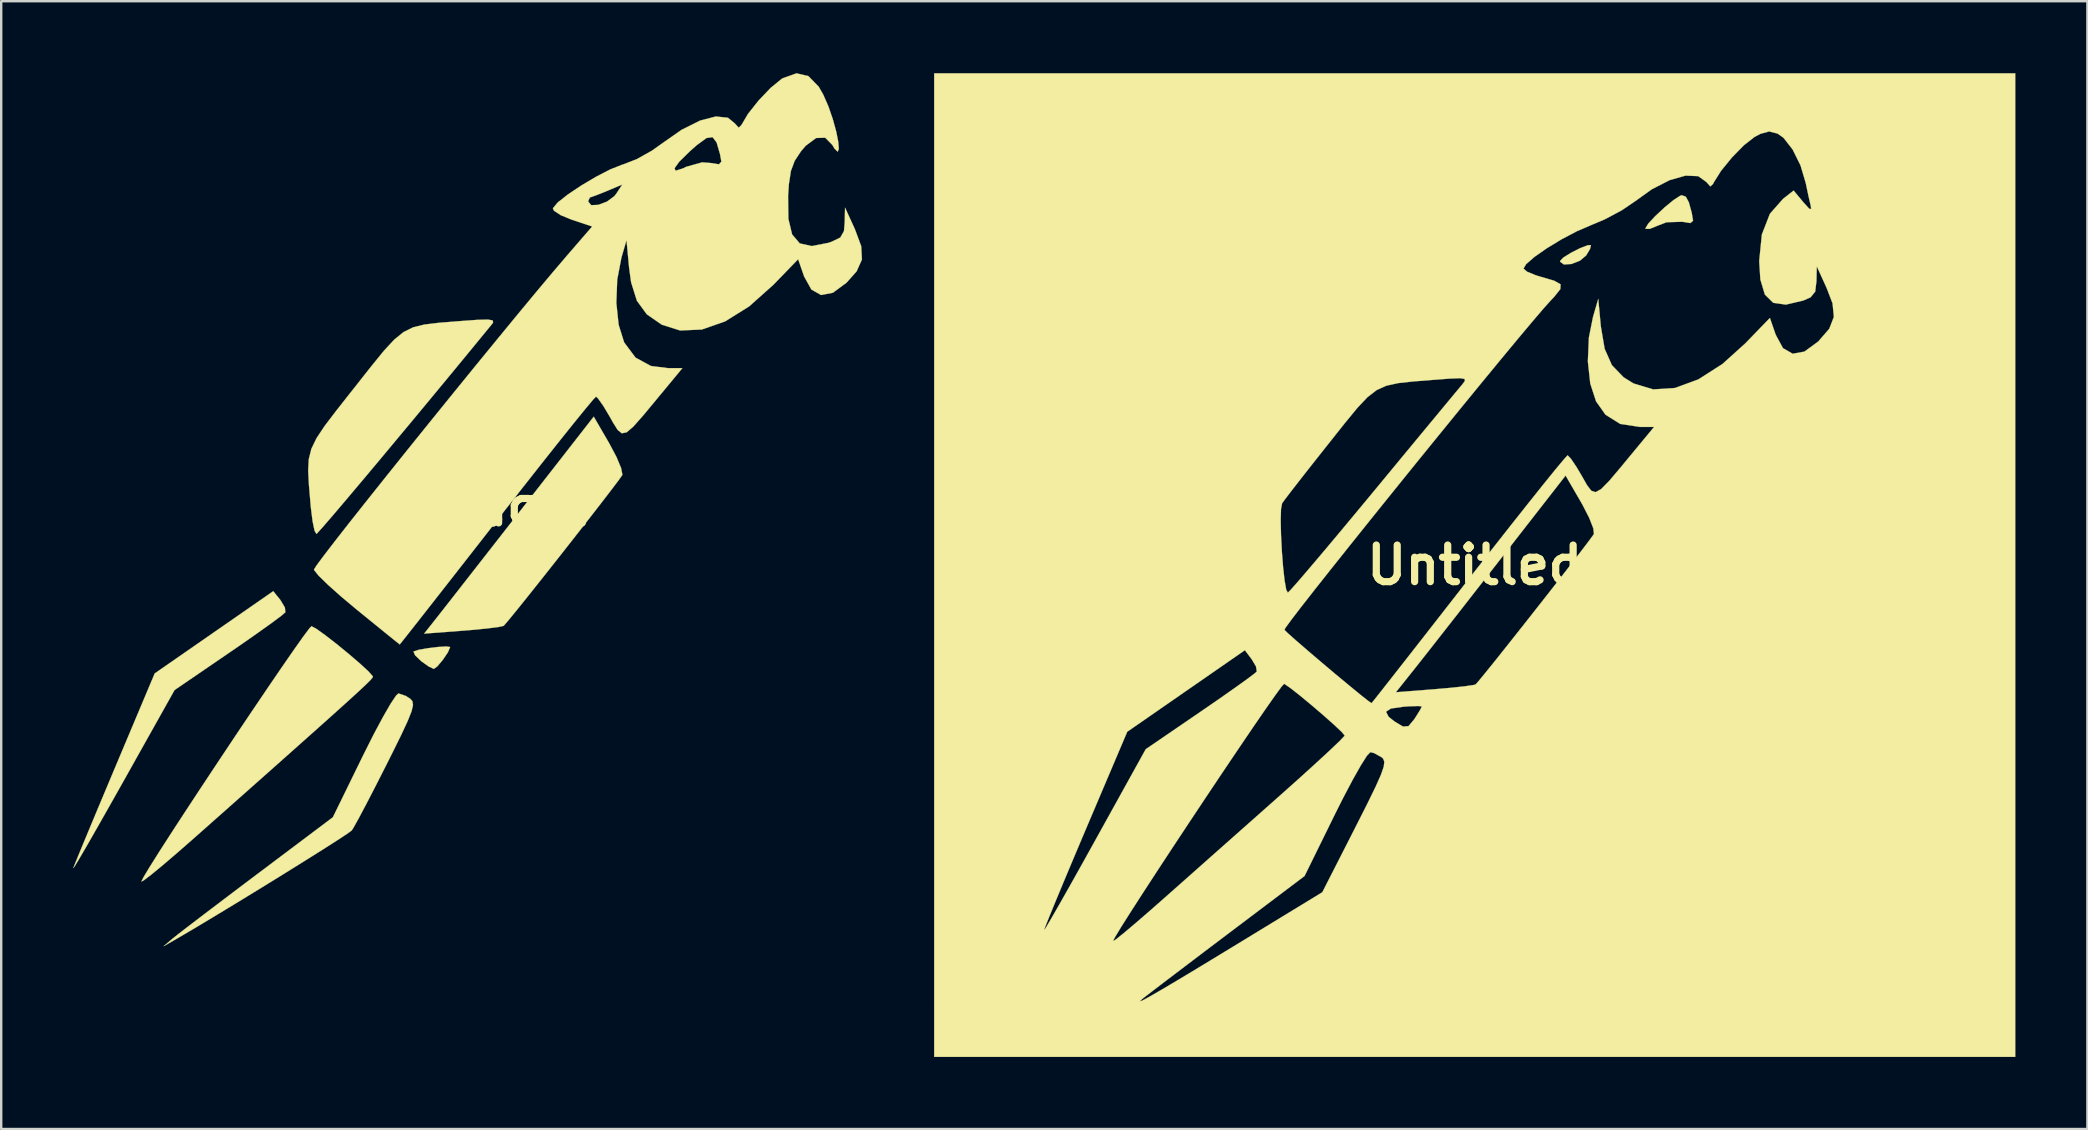
<source format=kicad_pcb>
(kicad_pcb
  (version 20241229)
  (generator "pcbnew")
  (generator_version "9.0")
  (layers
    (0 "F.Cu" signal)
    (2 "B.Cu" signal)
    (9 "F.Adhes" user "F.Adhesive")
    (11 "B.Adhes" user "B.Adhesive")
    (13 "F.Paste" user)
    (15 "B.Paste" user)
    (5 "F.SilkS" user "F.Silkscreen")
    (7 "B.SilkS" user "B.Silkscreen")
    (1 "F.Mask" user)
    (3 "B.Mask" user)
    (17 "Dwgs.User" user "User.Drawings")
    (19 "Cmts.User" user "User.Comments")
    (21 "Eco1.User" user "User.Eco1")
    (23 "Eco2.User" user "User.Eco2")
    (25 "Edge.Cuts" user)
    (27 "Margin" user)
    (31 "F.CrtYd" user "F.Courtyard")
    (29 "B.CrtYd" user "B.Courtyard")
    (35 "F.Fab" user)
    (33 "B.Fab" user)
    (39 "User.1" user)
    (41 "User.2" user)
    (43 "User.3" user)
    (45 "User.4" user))
  (footprint "Untitled"
    (layer "F.Cu")
    (at 58.393 20.494)
    (property "Reference" "Untitled" (at 0 0 0) (layer "F.SilkS") (effects (font (size 1.524 1.524) (thickness 0.3))))
    (attr through_hole)
    (fp_poly (pts (xy 4.803 -13.168) (xy 4.643 -12.901) (xy 4.381 -12.681) (xy 4.032 -12.546) (xy 3.717 -12.524) (xy 3.559 -12.64) (xy 3.556 -12.669) (xy 3.69 -12.812) (xy 4.01 -13.011) (xy 4.392 -13.205) (xy 4.713 -13.327) (xy 4.843 -13.332) (xy 4.803 -13.168)) (stroke (width 0.01) (type solid)) (fill yes) (layer "F.SilkS"))
    (fp_poly (pts (xy 8.794 -15.35) (xy 8.921 -15.117) (xy 9.043 -14.675) (xy 9.098 -14.345) (xy 8.983 -14.25) (xy 8.655 -14.304) (xy 7.996 -14.285) (xy 7.632 -14.146) (xy 7.29 -14.007) (xy 7.117 -14.012) (xy 7.112 -14.031) (xy 7.231 -14.228) (xy 7.528 -14.546) (xy 7.911 -14.902) (xy 8.287 -15.212) (xy 8.566 -15.392) (xy 8.626 -15.409) (xy 8.794 -15.35)) (stroke (width 0.01) (type solid)) (fill yes) (layer "F.SilkS"))
    (fp_poly (pts (xy 22.521 20.489) (xy -22.521 20.489) (xy -22.521 18.175) (xy -13.954 18.175) (xy -13.864 18.15) (xy -13.57 17.993) (xy -13.056 17.697) (xy -12.305 17.252) (xy -11.303 16.648) (xy -10.034 15.877) (xy -9.683 15.663) (xy -6.35 13.631) (xy -4.972 10.927) (xy -4.48 9.954) (xy -4.13 9.237) (xy -3.906 8.733) (xy -3.79 8.398) (xy -3.766 8.188) (xy -3.819 8.06) (xy -3.872 8.011) (xy -4.194 7.832) (xy -4.349 7.795) (xy -4.487 7.938) (xy -4.741 8.337) (xy -5.083 8.942) (xy -5.485 9.705) (xy -5.82 10.372) (xy -7.09 12.954) (xy -10.332 15.4) (xy -11.256 16.098) (xy -12.101 16.739) (xy -12.826 17.289) (xy -13.39 17.719) (xy -13.751 17.997) (xy -13.856 18.079) (xy -13.954 18.175) (xy -22.521 18.175) (xy -22.521 15.669) (xy -15.071 15.669) (xy -14.951 15.597) (xy -14.621 15.332) (xy -14.12 14.909) (xy -13.489 14.363) (xy -12.911 13.854) (xy -12.06 13.1) (xy -11.047 12.201) (xy -9.96 11.238) (xy -8.89 10.29) (xy -8.085 9.576) (xy -7.292 8.868) (xy -6.593 8.234) (xy -6.025 7.709) (xy -5.625 7.327) (xy -5.431 7.122) (xy -5.419 7.1) (xy -5.539 6.955) (xy -5.855 6.657) (xy -6.295 6.266) (xy -6.476 6.111) (xy -3.696 6.111) (xy -3.587 6.32) (xy -3.349 6.51) (xy -2.988 6.728) (xy -2.757 6.709) (xy -2.523 6.429) (xy -2.475 6.356) (xy -2.28 6.044) (xy -2.201 5.889) (xy -2.352 5.872) (xy -2.734 5.884) (xy -2.963 5.9) (xy -3.492 5.977) (xy -3.696 6.111) (xy -6.476 6.111) (xy -6.791 5.841) (xy -7.273 5.442) (xy -7.672 5.128) (xy -7.917 4.959) (xy -7.942 4.947) (xy -8.055 5.074) (xy -8.328 5.447) (xy -8.736 6.029) (xy -9.254 6.783) (xy -9.856 7.671) (xy -10.519 8.655) (xy -11.216 9.698) (xy -11.924 10.763) (xy -12.617 11.812) (xy -13.271 12.808) (xy -13.859 13.712) (xy -14.359 14.488) (xy -14.744 15.098) (xy -14.989 15.505) (xy -15.071 15.669) (xy -22.521 15.669) (xy -22.521 15.222) (xy -17.948 15.222) (xy -17.869 15.108) (xy -17.649 14.736) (xy -17.308 14.142) (xy -16.868 13.365) (xy -16.351 12.442) (xy -15.826 11.497) (xy -13.706 7.67) (xy -11.432 6.116) (xy -10.661 5.585) (xy -9.993 5.116) (xy -9.475 4.745) (xy -9.157 4.504) (xy -9.079 4.435) (xy -9.113 4.223) (xy -9.289 3.927) (xy -9.576 3.546) (xy -12.027 5.245) (xy -14.478 6.944) (xy -16.214 11.031) (xy -16.678 12.129) (xy -17.096 13.124) (xy -17.449 13.973) (xy -17.72 14.633) (xy -17.892 15.064) (xy -17.948 15.222) (xy -22.521 15.222) (xy -22.521 2.695) (xy -7.929 2.695) (xy -7.794 2.831) (xy -7.456 3.132) (xy -6.973 3.55) (xy -6.403 4.036) (xy -5.805 4.54) (xy -5.236 5.012) (xy -4.757 5.405) (xy -4.424 5.668) (xy -4.299 5.753) (xy -4.195 5.625) (xy -3.936 5.298) (xy -3.285 5.298) (xy -1.685 5.173) (xy -0.979 5.111) (xy -0.405 5.049) (xy -0.043 4.995) (xy 0.036 4.973) (xy 0.167 4.826) (xy 0.47 4.457) (xy 0.909 3.912) (xy 1.445 3.238) (xy 2.045 2.48) (xy 2.671 1.685) (xy 3.288 0.898) (xy 3.858 0.165) (xy 4.347 -0.467) (xy 4.717 -0.953) (xy 4.933 -1.246) (xy 4.967 -1.298) (xy 4.942 -1.529) (xy 4.773 -1.962) (xy 4.493 -2.509) (xy 4.434 -2.613) (xy 3.786 -3.73) (xy 0.979 -0.129) (xy 0.19 0.881) (xy -0.569 1.854) (xy -1.264 2.741) (xy -1.855 3.495) (xy -2.308 4.07) (xy -2.557 4.385) (xy -3.285 5.298) (xy -3.936 5.298) (xy -3.905 5.259) (xy -3.452 4.682) (xy -2.859 3.925) (xy -2.148 3.016) (xy -1.341 1.982) (xy -0.462 0.855) (xy -0.258 0.593) (xy 0.637 -0.554) (xy 1.469 -1.612) (xy 2.214 -2.552) (xy 2.848 -3.347) (xy 3.35 -3.967) (xy 3.696 -4.382) (xy 3.862 -4.566) (xy 3.872 -4.572) (xy 4.006 -4.436) (xy 4.242 -4.086) (xy 4.46 -3.717) (xy 4.679 -3.331) (xy 4.855 -3.099) (xy 5.037 -3.038) (xy 5.27 -3.169) (xy 5.603 -3.508) (xy 6.084 -4.076) (xy 6.428 -4.493) (xy 7.474 -5.757) (xy 6.878 -5.757) (xy 6.062 -5.881) (xy 5.449 -6.265) (xy 5.054 -6.825) (xy 4.814 -7.564) (xy 4.714 -8.49) (xy 4.757 -9.48) (xy 4.926 -10.329) (xy 5.147 -11.091) (xy 5.255 -9.942) (xy 5.413 -9.011) (xy 5.716 -8.329) (xy 6.204 -7.824) (xy 6.616 -7.568) (xy 7.437 -7.32) (xy 8.348 -7.38) (xy 9.32 -7.738) (xy 10.326 -8.383) (xy 11.272 -9.236) (xy 12.298 -10.296) (xy 12.542 -9.593) (xy 12.843 -9.039) (xy 13.246 -8.806) (xy 13.738 -8.895) (xy 14.305 -9.31) (xy 14.316 -9.32) (xy 14.772 -9.846) (xy 14.964 -10.341) (xy 14.909 -10.904) (xy 14.662 -11.548) (xy 14.252 -12.446) (xy 14.238 -11.828) (xy 14.186 -11.392) (xy 13.993 -11.156) (xy 13.691 -11.023) (xy 12.964 -10.852) (xy 12.437 -10.928) (xy 12.089 -11.271) (xy 11.901 -11.896) (xy 11.853 -12.67) (xy 11.964 -13.776) (xy 12.3 -14.639) (xy 12.846 -15.258) (xy 13.287 -15.605) (xy 13.685 -15.126) (xy 13.934 -14.85) (xy 14.02 -14.835) (xy 13.997 -14.986) (xy 13.904 -15.387) (xy 13.797 -15.894) (xy 13.793 -15.917) (xy 13.573 -16.655) (xy 13.245 -17.316) (xy 12.866 -17.802) (xy 12.62 -17.978) (xy 12.267 -18.068) (xy 11.893 -17.964) (xy 11.655 -17.836) (xy 11.218 -17.495) (xy 10.719 -16.986) (xy 10.263 -16.427) (xy 9.957 -15.939) (xy 9.933 -15.884) (xy 9.817 -15.777) (xy 9.653 -15.96) (xy 9.313 -16.205) (xy 8.784 -16.227) (xy 8.121 -16.039) (xy 7.375 -15.656) (xy 6.678 -15.156) (xy 6.123 -14.78) (xy 5.417 -14.405) (xy 4.862 -14.171) (xy 4.267 -13.915) (xy 3.625 -13.578) (xy 3.008 -13.204) (xy 2.489 -12.841) (xy 2.14 -12.536) (xy 2.032 -12.353) (xy 2.18 -12.224) (xy 2.552 -12.072) (xy 2.752 -12.012) (xy 3.315 -11.847) (xy 3.578 -11.697) (xy 3.567 -11.497) (xy 3.312 -11.179) (xy 3.171 -11.03) (xy 2.874 -10.699) (xy 2.412 -10.159) (xy 1.809 -9.44) (xy 1.089 -8.572) (xy 0.277 -7.585) (xy -0.605 -6.508) (xy -1.53 -5.372) (xy -2.477 -4.206) (xy -3.419 -3.04) (xy -4.333 -1.905) (xy -5.195 -0.829) (xy -5.981 0.157) (xy -6.667 1.023) (xy -7.227 1.739) (xy -7.639 2.276) (xy -7.878 2.604) (xy -7.929 2.695) (xy -22.521 2.695) (xy -22.521 -1.861) (xy -8.084 -1.861) (xy -8.07 -1.248) (xy -8.035 -0.572) (xy -7.984 0.087) (xy -7.921 0.647) (xy -7.853 1.028) (xy -7.786 1.15) (xy -7.65 1.012) (xy -7.326 0.644) (xy -6.84 0.077) (xy -6.22 -0.656) (xy -5.492 -1.525) (xy -4.683 -2.498) (xy -4.227 -3.048) (xy -3.377 -4.077) (xy -2.586 -5.034) (xy -1.883 -5.883) (xy -1.296 -6.591) (xy -0.855 -7.123) (xy -0.587 -7.445) (xy -0.527 -7.516) (xy -0.411 -7.669) (xy -0.422 -7.756) (xy -0.614 -7.786) (xy -1.04 -7.77) (xy -1.693 -7.72) (xy -2.544 -7.653) (xy -3.185 -7.583) (xy -3.679 -7.475) (xy -4.087 -7.291) (xy -4.471 -6.994) (xy -4.892 -6.547) (xy -5.412 -5.914) (xy -6.054 -5.105) (xy -6.663 -4.337) (xy -7.203 -3.65) (xy -7.635 -3.094) (xy -7.924 -2.716) (xy -8.026 -2.573) (xy -8.071 -2.33) (xy -8.084 -1.861) (xy -22.521 -1.861) (xy -22.521 -20.489) (xy 22.521 -20.489) (xy 22.521 20.489)) (stroke (width 0.01) (type solid)) (fill yes) (layer "F.SilkS")))
  (footprint "cougar"
    (layer "F.Cu")
    (at 17.906 18.046)
    (property "Reference" "cougar" (at 0 0 0) (layer "F.SilkS") (effects (font (size 1.524 1.524) (thickness 0.3))))
    (attr through_hole)
    (fp_poly (pts (xy -2.202 5.862) (xy -2.201 5.864) (xy -2.294 6.082) (xy -2.505 6.395) (xy -2.736 6.669) (xy -2.879 6.773) (xy -3.092 6.676) (xy -3.41 6.449) (xy -3.665 6.202) (xy -3.728 6.051) (xy -3.725 6.049) (xy -3.524 5.981) (xy -3.144 5.913) (xy -2.712 5.86) (xy -2.356 5.838) (xy -2.202 5.862)) (stroke (width 0.01) (type solid)) (fill yes) (layer "F.SilkS"))
    (fp_poly (pts (xy -9.274 3.902) (xy -9.086 4.216) (xy -9.067 4.415) (xy -9.231 4.556) (xy -9.627 4.851) (xy -10.205 5.264) (xy -10.915 5.761) (xy -11.421 6.108) (xy -13.684 7.655) (xy -15.834 11.49) (xy -16.405 12.503) (xy -16.913 13.398) (xy -17.336 14.137) (xy -17.656 14.685) (xy -17.851 15.007) (xy -17.901 15.071) (xy -17.815 14.85) (xy -17.615 14.362) (xy -17.321 13.653) (xy -16.952 12.768) (xy -16.526 11.752) (xy -16.164 10.89) (xy -14.51 6.962) (xy -9.571 3.535) (xy -9.274 3.902)) (stroke (width 0.01) (type solid)) (fill yes) (layer "F.SilkS"))
    (fp_poly (pts (xy 4.432 -2.616) (xy 4.729 -2.056) (xy 4.921 -1.596) (xy 4.975 -1.322) (xy 4.967 -1.298) (xy 4.817 -1.085) (xy 4.498 -0.664) (xy 4.048 -0.079) (xy 3.502 0.624) (xy 2.897 1.397) (xy 2.269 2.196) (xy 1.654 2.974) (xy 1.088 3.685) (xy 0.608 4.283) (xy 0.25 4.722) (xy 0.05 4.956) (xy 0.023 4.981) (xy -0.194 5.029) (xy -0.668 5.089) (xy -1.314 5.152) (xy -1.697 5.183) (xy -3.284 5.303) (xy -2.893 4.81) (xy -2.691 4.554) (xy -2.311 4.069) (xy -1.782 3.393) (xy -1.134 2.563) (xy -0.397 1.62) (xy 0.4 0.599) (xy 0.64 0.291) (xy 3.782 -3.737) (xy 4.432 -2.616)) (stroke (width 0.01) (type solid)) (fill yes) (layer "F.SilkS"))
    (fp_poly (pts (xy -0.426 -7.745) (xy -0.412 -7.658) (xy -0.449 -7.604) (xy -1.375 -6.475) (xy -2.324 -5.323) (xy -3.271 -4.179) (xy -4.191 -3.072) (xy -5.058 -2.032) (xy -5.848 -1.089) (xy -6.536 -0.273) (xy -7.095 0.385) (xy -7.503 0.857) (xy -7.733 1.112) (xy -7.773 1.149) (xy -7.85 1.017) (xy -7.932 0.625) (xy -8.004 0.05) (xy -8.018 -0.105) (xy -8.084 -0.883) (xy -8.116 -1.482) (xy -8.091 -1.965) (xy -7.983 -2.396) (xy -7.769 -2.838) (xy -7.426 -3.354) (xy -6.928 -4.008) (xy -6.253 -4.864) (xy -6.187 -4.947) (xy -5.494 -5.826) (xy -4.961 -6.481) (xy -4.529 -6.947) (xy -4.143 -7.261) (xy -3.744 -7.458) (xy -3.276 -7.574) (xy -2.681 -7.646) (xy -1.902 -7.709) (xy -1.774 -7.719) (xy -1.056 -7.771) (xy -0.624 -7.781) (xy -0.426 -7.745)) (stroke (width 0.01) (type solid)) (fill yes) (layer "F.SilkS"))
    (fp_poly (pts (xy -7.784 5.097) (xy -7.413 5.362) (xy -6.937 5.731) (xy -6.429 6.147) (xy -5.96 6.549) (xy -5.602 6.879) (xy -5.426 7.079) (xy -5.419 7.1) (xy -5.442 7.146) (xy -5.523 7.239) (xy -5.681 7.397) (xy -5.935 7.637) (xy -6.303 7.974) (xy -6.803 8.427) (xy -7.454 9.011) (xy -8.275 9.743) (xy -9.284 10.641) (xy -10.499 11.72) (xy -11.94 12.997) (xy -12.827 13.783) (xy -13.547 14.414) (xy -14.17 14.947) (xy -14.657 15.348) (xy -14.969 15.586) (xy -15.066 15.633) (xy -14.974 15.447) (xy -14.718 15.022) (xy -14.324 14.396) (xy -13.816 13.607) (xy -13.221 12.694) (xy -12.562 11.692) (xy -11.866 10.642) (xy -11.158 9.579) (xy -10.463 8.543) (xy -9.806 7.572) (xy -9.212 6.702) (xy -8.707 5.972) (xy -8.316 5.42) (xy -8.064 5.084) (xy -7.979 4.995) (xy -7.784 5.097)) (stroke (width 0.01) (type solid)) (fill yes) (layer "F.SilkS"))
    (fp_poly (pts (xy -4.058 7.895) (xy -3.865 8.016) (xy -3.773 8.119) (xy -3.748 8.277) (xy -3.807 8.534) (xy -3.967 8.937) (xy -4.244 9.532) (xy -4.655 10.363) (xy -4.855 10.762) (xy -5.29 11.619) (xy -5.682 12.378) (xy -6.002 12.982) (xy -6.222 13.378) (xy -6.3 13.502) (xy -6.476 13.632) (xy -6.896 13.908) (xy -7.513 14.302) (xy -8.279 14.783) (xy -9.149 15.325) (xy -10.076 15.897) (xy -11.013 16.47) (xy -11.914 17.017) (xy -12.731 17.508) (xy -13.419 17.914) (xy -13.716 18.086) (xy -14.139 18.328) (xy -13.767 18.012) (xy -13.527 17.821) (xy -13.061 17.461) (xy -12.41 16.965) (xy -11.62 16.366) (xy -10.735 15.697) (xy -10.24 15.325) (xy -7.087 12.954) (xy -5.824 10.372) (xy -5.397 9.521) (xy -5.006 8.79) (xy -4.682 8.226) (xy -4.451 7.881) (xy -4.355 7.795) (xy -4.058 7.895)) (stroke (width 0.01) (type solid)) (fill yes) (layer "F.SilkS"))
    (fp_poly (pts (xy 12.724 -17.926) (xy 13.154 -17.485) (xy 13.345 -17.152) (xy 13.56 -16.66) (xy 13.742 -16.131) (xy 13.882 -15.623) (xy 13.969 -15.19) (xy 13.993 -14.889) (xy 13.944 -14.775) (xy 13.813 -14.904) (xy 13.724 -15.056) (xy 13.426 -15.359) (xy 13.047 -15.346) (xy 12.613 -15.024) (xy 12.414 -14.79) (xy 12.152 -14.392) (xy 11.996 -13.973) (xy 11.911 -13.414) (xy 11.879 -12.926) (xy 11.891 -11.978) (xy 12.048 -11.327) (xy 12.366 -10.954) (xy 12.863 -10.844) (xy 13.553 -10.977) (xy 13.691 -11.023) (xy 14.054 -11.199) (xy 14.207 -11.469) (xy 14.238 -11.828) (xy 14.252 -12.446) (xy 14.662 -11.548) (xy 14.926 -10.838) (xy 14.956 -10.286) (xy 14.736 -9.793) (xy 14.316 -9.32) (xy 13.748 -8.9) (xy 13.255 -8.804) (xy 12.85 -9.032) (xy 12.546 -9.58) (xy 12.542 -9.593) (xy 12.298 -10.296) (xy 11.272 -9.236) (xy 10.259 -8.332) (xy 9.254 -7.705) (xy 8.285 -7.367) (xy 7.379 -7.327) (xy 6.616 -7.568) (xy 5.992 -8.001) (xy 5.58 -8.565) (xy 5.338 -9.334) (xy 5.255 -9.942) (xy 5.147 -11.091) (xy 4.934 -10.357) (xy 4.76 -9.445) (xy 4.723 -8.474) (xy 4.819 -7.565) (xy 5.044 -6.844) (xy 5.056 -6.821) (xy 5.524 -6.195) (xy 6.163 -5.848) (xy 6.878 -5.757) (xy 7.474 -5.757) (xy 6.428 -4.493) (xy 5.847 -3.792) (xy 5.438 -3.329) (xy 5.156 -3.085) (xy 4.952 -3.043) (xy 4.778 -3.183) (xy 4.588 -3.486) (xy 4.46 -3.717) (xy 4.185 -4.177) (xy 3.968 -4.487) (xy 3.877 -4.572) (xy 3.753 -4.443) (xy 3.446 -4.075) (xy 2.976 -3.498) (xy 2.368 -2.739) (xy 1.645 -1.828) (xy 0.83 -0.793) (xy -0.055 0.336) (xy -0.255 0.593) (xy -1.149 1.737) (xy -1.975 2.794) (xy -2.71 3.733) (xy -3.332 4.527) (xy -3.819 5.146) (xy -4.147 5.562) (xy -4.295 5.747) (xy -4.302 5.753) (xy -4.431 5.651) (xy -4.775 5.374) (xy -5.284 4.961) (xy -5.911 4.451) (xy -6.096 4.301) (xy -6.749 3.754) (xy -7.294 3.267) (xy -7.683 2.887) (xy -7.866 2.659) (xy -7.874 2.632) (xy -7.77 2.466) (xy -7.476 2.068) (xy -7.015 1.469) (xy -6.413 0.699) (xy -5.692 -0.211) (xy -4.878 -1.232) (xy -3.995 -2.334) (xy -3.067 -3.485) (xy -2.119 -4.656) (xy -1.175 -5.817) (xy -0.259 -6.937) (xy 0.604 -7.987) (xy 1.39 -8.935) (xy 2.075 -9.752) (xy 2.634 -10.408) (xy 2.663 -10.442) (xy 3.717 -11.66) (xy 2.866 -11.942) (xy 2.403 -12.132) (xy 2.122 -12.319) (xy 2.079 -12.417) (xy 2.276 -12.655) (xy 2.318 -12.689) (xy 3.556 -12.689) (xy 3.679 -12.548) (xy 3.975 -12.561) (xy 4.332 -12.696) (xy 4.639 -12.922) (xy 4.71 -13.011) (xy 4.972 -13.408) (xy 4.328 -13.138) (xy 3.912 -12.971) (xy 3.652 -12.877) (xy 3.62 -12.869) (xy 3.558 -12.737) (xy 3.556 -12.689) (xy 2.318 -12.689) (xy 2.696 -12.988) (xy 3.256 -13.363) (xy 3.873 -13.729) (xy 4.465 -14.035) (xy 4.586 -14.083) (xy 7.146 -14.083) (xy 7.196 -13.984) (xy 7.499 -14.08) (xy 7.632 -14.146) (xy 8.299 -14.332) (xy 8.655 -14.304) (xy 9 -14.251) (xy 9.099 -14.361) (xy 9.043 -14.675) (xy 8.901 -15.161) (xy 8.732 -15.382) (xy 8.478 -15.344) (xy 8.08 -15.053) (xy 7.79 -14.797) (xy 7.345 -14.36) (xy 7.146 -14.083) (xy 4.586 -14.083) (xy 4.949 -14.228) (xy 5.011 -14.246) (xy 5.571 -14.463) (xy 6.206 -14.819) (xy 6.593 -15.094) (xy 7.435 -15.683) (xy 8.207 -16.07) (xy 8.868 -16.243) (xy 9.375 -16.189) (xy 9.653 -15.96) (xy 9.823 -15.776) (xy 9.933 -15.884) (xy 10.211 -16.354) (xy 10.652 -16.91) (xy 11.152 -17.434) (xy 11.604 -17.804) (xy 11.655 -17.836) (xy 12.23 -18.041) (xy 12.724 -17.926)) (stroke (width 0.01) (type solid)) (fill yes) (layer "F.SilkS")))
  (gr_rect
    (start -3 -3)
    (end 83.92 43.989)
    (stroke (width 0.1) (type default))
    (fill no)
    (layer "Edge.Cuts")))
</source>
